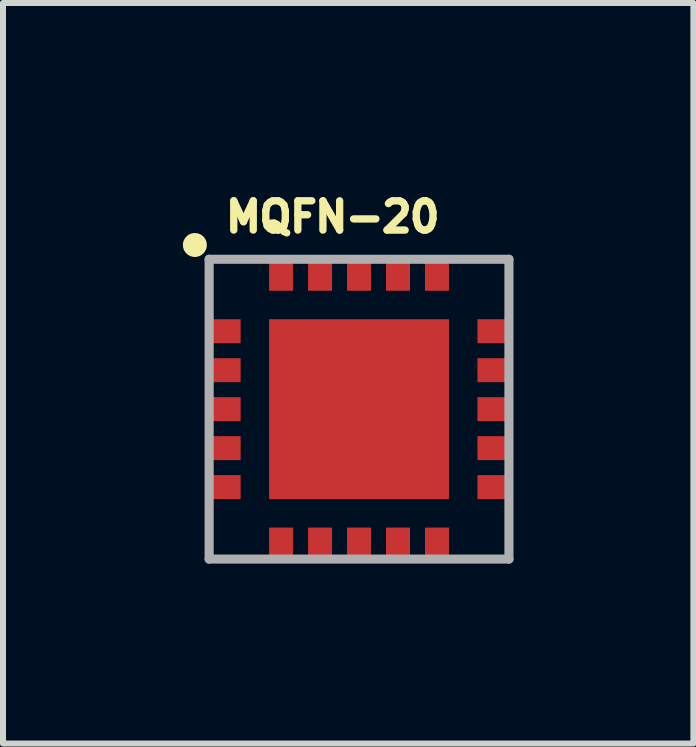
<source format=kicad_pcb>
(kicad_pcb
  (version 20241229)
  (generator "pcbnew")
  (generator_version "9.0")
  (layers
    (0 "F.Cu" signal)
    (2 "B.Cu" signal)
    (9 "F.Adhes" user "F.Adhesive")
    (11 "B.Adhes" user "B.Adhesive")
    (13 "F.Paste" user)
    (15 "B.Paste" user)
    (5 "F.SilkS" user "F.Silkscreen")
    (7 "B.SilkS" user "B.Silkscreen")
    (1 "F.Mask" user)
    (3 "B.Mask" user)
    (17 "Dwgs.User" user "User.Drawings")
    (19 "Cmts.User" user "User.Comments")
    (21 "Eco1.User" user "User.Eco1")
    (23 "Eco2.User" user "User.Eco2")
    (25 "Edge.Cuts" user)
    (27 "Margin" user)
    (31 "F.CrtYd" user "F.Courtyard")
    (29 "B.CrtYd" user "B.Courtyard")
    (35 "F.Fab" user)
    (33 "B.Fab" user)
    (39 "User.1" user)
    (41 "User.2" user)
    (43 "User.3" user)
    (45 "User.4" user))
  (footprint "MQFN-20"
    (layer "F.Cu")
    (at 2.938 3.774)
    (property "Reference" "MQFN-20" (at -2.286 -2.921 0) (layer "F.SilkS") (effects (font (size 0.488 0.488) (thickness 0.122)) (justify left bottom)))
    (fp_circle (center -2.738 -2.738) (end -2.638 -2.738) (stroke (width 0.2) (type solid)) (fill no) (layer "F.SilkS"))
    (fp_poly (pts (xy -0.5 0.5) (xy 0.5 0.5) (xy 0.5 -0.5) (xy -0.5 -0.5)) (stroke (width 0) (type default)) (fill yes) (layer "F.Paste"))
    (fp_line (start -2.5 -2.5) (end 2.5 -2.5) (stroke (width 0.152) (type solid)) (layer "F.Fab"))
    (fp_line (start -2.5 2.5) (end -2.5 -2.5) (stroke (width 0.152) (type solid)) (layer "F.Fab"))
    (fp_line (start 2.5 -2.5) (end 2.5 2.5) (stroke (width 0.152) (type solid)) (layer "F.Fab"))
    (fp_line (start 2.5 2.5) (end -2.5 2.5) (stroke (width 0.152) (type solid)) (layer "F.Fab"))
    (pad "1" smd rect (at -2.25 -1.3 90) (size 0.4 0.55) (layers "F.Cu" "F.Mask" "F.Paste"))
    (pad "2" smd rect (at -2.25 -0.65 90) (size 0.4 0.55) (layers "F.Cu" "F.Mask" "F.Paste"))
    (pad "3" smd rect (at -2.25 0 90) (size 0.4 0.55) (layers "F.Cu" "F.Mask" "F.Paste"))
    (pad "4" smd rect (at -2.25 0.65 90) (size 0.4 0.55) (layers "F.Cu" "F.Mask" "F.Paste"))
    (pad "5" smd rect (at -2.25 1.3 90) (size 0.4 0.55) (layers "F.Cu" "F.Mask" "F.Paste"))
    (pad "6" smd rect (at -1.3 2.25 180) (size 0.4 0.55) (layers "F.Cu" "F.Mask" "F.Paste"))
    (pad "7" smd rect (at -0.65 2.25 180) (size 0.4 0.55) (layers "F.Cu" "F.Mask" "F.Paste"))
    (pad "8" smd rect (at 0 2.25 180) (size 0.4 0.55) (layers "F.Cu" "F.Mask" "F.Paste"))
    (pad "9" smd rect (at 0.65 2.25 180) (size 0.4 0.55) (layers "F.Cu" "F.Mask" "F.Paste"))
    (pad "10" smd rect (at 1.3 2.25 180) (size 0.4 0.55) (layers "F.Cu" "F.Mask" "F.Paste"))
    (pad "11" smd rect (at 2.25 1.3 270) (size 0.4 0.55) (layers "F.Cu" "F.Mask" "F.Paste"))
    (pad "12" smd rect (at 2.25 0.65 90) (size 0.4 0.55) (layers "F.Cu" "F.Mask" "F.Paste"))
    (pad "13" smd rect (at 2.25 0 90) (size 0.4 0.55) (layers "F.Cu" "F.Mask" "F.Paste"))
    (pad "14" smd rect (at 2.25 -0.65 90) (size 0.4 0.55) (layers "F.Cu" "F.Mask" "F.Paste"))
    (pad "15" smd rect (at 2.25 -1.3 90) (size 0.4 0.55) (layers "F.Cu" "F.Mask" "F.Paste"))
    (pad "16" smd rect (at 1.3 -2.25) (size 0.4 0.55) (layers "F.Cu" "F.Mask" "F.Paste"))
    (pad "17" smd rect (at 0.65 -2.25) (size 0.4 0.55) (layers "F.Cu" "F.Mask" "F.Paste"))
    (pad "18" smd rect (at 0 -2.25) (size 0.4 0.55) (layers "F.Cu" "F.Mask" "F.Paste"))
    (pad "19" smd rect (at -0.65 -2.25) (size 0.4 0.55) (layers "F.Cu" "F.Mask" "F.Paste"))
    (pad "20" smd rect (at -1.3 -2.25) (size 0.4 0.55) (layers "F.Cu" "F.Mask" "F.Paste"))
    (pad "21" smd rect (at 0 0) (size 3 3) (layers "F.Cu" "F.Mask")))
  (gr_rect
    (start -3 -3)
    (end 8.514 9.351)
    (stroke (width 0.1) (type default))
    (fill no)
    (layer "Edge.Cuts")))
</source>
